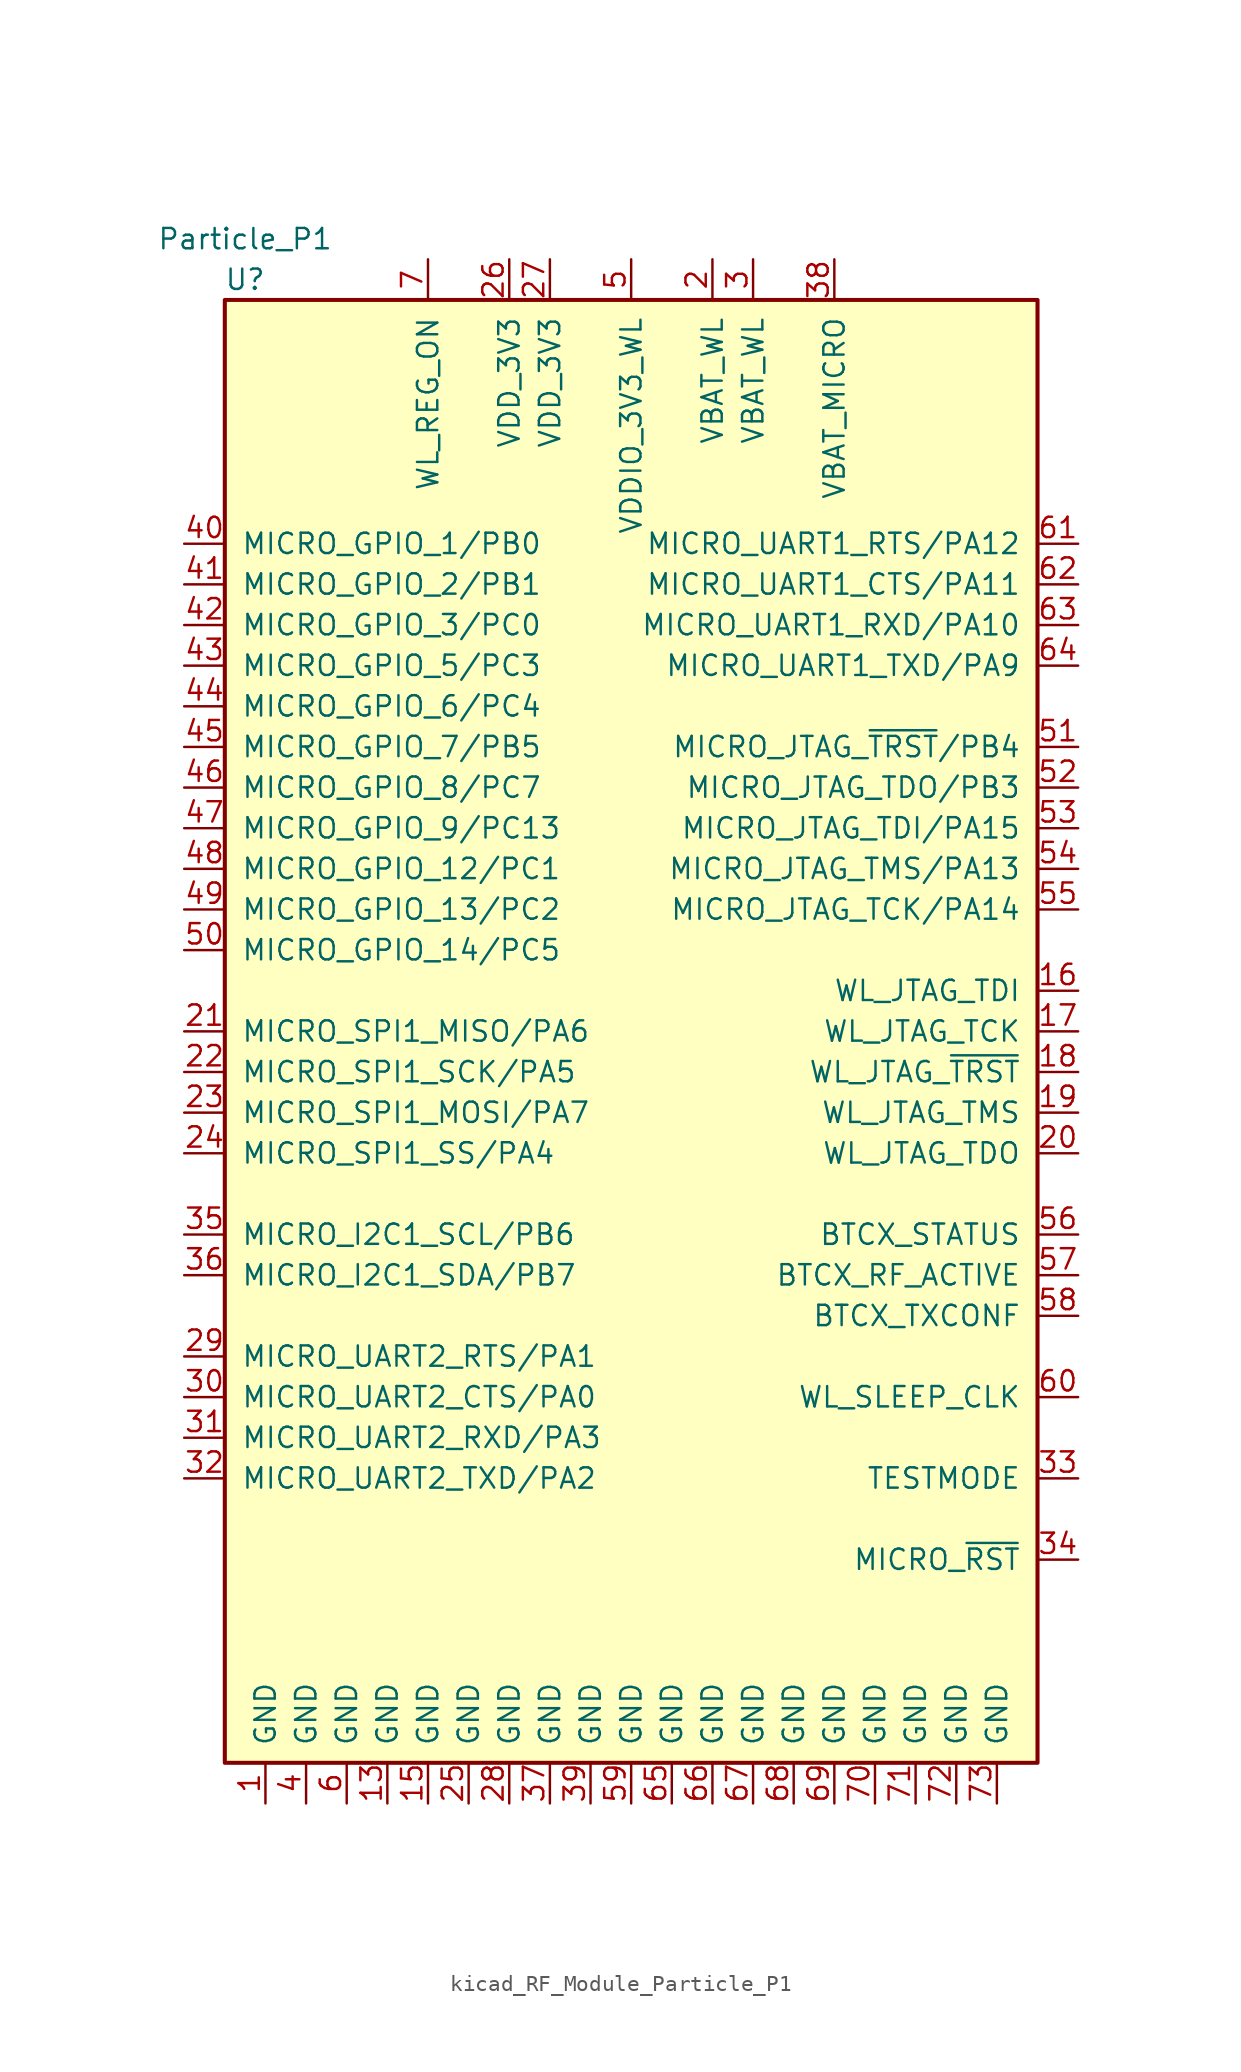
<source format=kicad_sym>
(kicad_symbol_lib
  (version 20220914)
  (generator kicad_symbol_editor)
  (symbol "kicad_RF_Module_Particle_P1"
    (pin_names
      (offset 1.016))
    (property "Reference" "U"
      (at -24.13 46.99 0)
      (effects (font (size 1.27 1.27))))
    (property "Value" "Particle_P1"
      (at -24.13 49.53 0)
      (effects (font (size 1.27 1.27))))
    (symbol "kicad_RF_Module_Particle_P1_1_1"
      (rectangle (start -25.4 45.72) (end 25.4 -45.72) (stroke (width 0.254) (type default)) (fill (type background)))
      (pin power_in line (at -22.86 -48.26 90) (length 2.54) (name "GND" (effects (font (size 1.27 1.27)))) (number "1" (effects (font (size 1.27 1.27)))))
      (pin no_connect line (at -25.4 35.56 0) (length 2.54) hide (name "NC" (effects (font (size 1.27 1.27)))) (number "10" (effects (font (size 1.27 1.27)))))
      (pin no_connect line (at 25.4 35.56 180) (length 2.54) hide (name "NC" (effects (font (size 1.27 1.27)))) (number "11" (effects (font (size 1.27 1.27)))))
      (pin no_connect line (at 25.4 38.1 180) (length 2.54) hide (name "NC" (effects (font (size 1.27 1.27)))) (number "12" (effects (font (size 1.27 1.27)))))
      (pin power_in line (at -15.24 -48.26 90) (length 2.54) (name "GND" (effects (font (size 1.27 1.27)))) (number "13" (effects (font (size 1.27 1.27)))))
      (pin no_connect line (at 25.4 40.64 180) (length 2.54) hide (name "NC" (effects (font (size 1.27 1.27)))) (number "14" (effects (font (size 1.27 1.27)))))
      (pin power_in line (at -12.7 -48.26 90) (length 2.54) (name "GND" (effects (font (size 1.27 1.27)))) (number "15" (effects (font (size 1.27 1.27)))))
      (pin input line (at 27.94 2.54 180) (length 2.54) (name "WL_JTAG_TDI" (effects (font (size 1.27 1.27)))) (number "16" (effects (font (size 1.27 1.27)))))
      (pin input line (at 27.94 0 180) (length 2.54) (name "WL_JTAG_TCK" (effects (font (size 1.27 1.27)))) (number "17" (effects (font (size 1.27 1.27)))))
      (pin input line (at 27.94 -2.54 180) (length 2.54) (name "WL_JTAG_~{TRST}" (effects (font (size 1.27 1.27)))) (number "18" (effects (font (size 1.27 1.27)))))
      (pin input line (at 27.94 -5.08 180) (length 2.54) (name "WL_JTAG_TMS" (effects (font (size 1.27 1.27)))) (number "19" (effects (font (size 1.27 1.27)))))
      (pin power_in line (at 5.08 48.26 270) (length 2.54) (name "VBAT_WL" (effects (font (size 1.27 1.27)))) (number "2" (effects (font (size 1.27 1.27)))))
      (pin input line (at 27.94 -7.62 180) (length 2.54) (name "WL_JTAG_TDO" (effects (font (size 1.27 1.27)))) (number "20" (effects (font (size 1.27 1.27)))))
      (pin bidirectional line (at -27.94 0 0) (length 2.54) (name "MICRO_SPI1_MISO/PA6" (effects (font (size 1.27 1.27)))) (number "21" (effects (font (size 1.27 1.27)))))
      (pin bidirectional line (at -27.94 -2.54 0) (length 2.54) (name "MICRO_SPI1_SCK/PA5" (effects (font (size 1.27 1.27)))) (number "22" (effects (font (size 1.27 1.27)))))
      (pin bidirectional line (at -27.94 -5.08 0) (length 2.54) (name "MICRO_SPI1_MOSI/PA7" (effects (font (size 1.27 1.27)))) (number "23" (effects (font (size 1.27 1.27)))))
      (pin bidirectional line (at -27.94 -7.62 0) (length 2.54) (name "MICRO_SPI1_SS/PA4" (effects (font (size 1.27 1.27)))) (number "24" (effects (font (size 1.27 1.27)))))
      (pin power_in line (at -10.16 -48.26 90) (length 2.54) (name "GND" (effects (font (size 1.27 1.27)))) (number "25" (effects (font (size 1.27 1.27)))))
      (pin power_in line (at -7.62 48.26 270) (length 2.54) (name "VDD_3V3" (effects (font (size 1.27 1.27)))) (number "26" (effects (font (size 1.27 1.27)))))
      (pin power_in line (at -5.08 48.26 270) (length 2.54) (name "VDD_3V3" (effects (font (size 1.27 1.27)))) (number "27" (effects (font (size 1.27 1.27)))))
      (pin power_in line (at -7.62 -48.26 90) (length 2.54) (name "GND" (effects (font (size 1.27 1.27)))) (number "28" (effects (font (size 1.27 1.27)))))
      (pin bidirectional line (at -27.94 -20.32 0) (length 2.54) (name "MICRO_UART2_RTS/PA1" (effects (font (size 1.27 1.27)))) (number "29" (effects (font (size 1.27 1.27)))))
      (pin power_in line (at 7.62 48.26 270) (length 2.54) (name "VBAT_WL" (effects (font (size 1.27 1.27)))) (number "3" (effects (font (size 1.27 1.27)))))
      (pin bidirectional line (at -27.94 -22.86 0) (length 2.54) (name "MICRO_UART2_CTS/PA0" (effects (font (size 1.27 1.27)))) (number "30" (effects (font (size 1.27 1.27)))))
      (pin bidirectional line (at -27.94 -25.4 0) (length 2.54) (name "MICRO_UART2_RXD/PA3" (effects (font (size 1.27 1.27)))) (number "31" (effects (font (size 1.27 1.27)))))
      (pin bidirectional line (at -27.94 -27.94 0) (length 2.54) (name "MICRO_UART2_TXD/PA2" (effects (font (size 1.27 1.27)))) (number "32" (effects (font (size 1.27 1.27)))))
      (pin bidirectional line (at 27.94 -27.94 180) (length 2.54) (name "TESTMODE" (effects (font (size 1.27 1.27)))) (number "33" (effects (font (size 1.27 1.27)))))
      (pin input line (at 27.94 -33.02 180) (length 2.54) (name "MICRO_~{RST}" (effects (font (size 1.27 1.27)))) (number "34" (effects (font (size 1.27 1.27)))))
      (pin bidirectional line (at -27.94 -12.7 0) (length 2.54) (name "MICRO_I2C1_SCL/PB6" (effects (font (size 1.27 1.27)))) (number "35" (effects (font (size 1.27 1.27)))))
      (pin bidirectional line (at -27.94 -15.24 0) (length 2.54) (name "MICRO_I2C1_SDA/PB7" (effects (font (size 1.27 1.27)))) (number "36" (effects (font (size 1.27 1.27)))))
      (pin power_in line (at -5.08 -48.26 90) (length 2.54) (name "GND" (effects (font (size 1.27 1.27)))) (number "37" (effects (font (size 1.27 1.27)))))
      (pin power_in line (at 12.7 48.26 270) (length 2.54) (name "VBAT_MICRO" (effects (font (size 1.27 1.27)))) (number "38" (effects (font (size 1.27 1.27)))))
      (pin power_in line (at -2.54 -48.26 90) (length 2.54) (name "GND" (effects (font (size 1.27 1.27)))) (number "39" (effects (font (size 1.27 1.27)))))
      (pin power_in line (at -20.32 -48.26 90) (length 2.54) (name "GND" (effects (font (size 1.27 1.27)))) (number "4" (effects (font (size 1.27 1.27)))))
      (pin bidirectional line (at -27.94 30.48 0) (length 2.54) (name "MICRO_GPIO_1/PB0" (effects (font (size 1.27 1.27)))) (number "40" (effects (font (size 1.27 1.27)))))
      (pin bidirectional line (at -27.94 27.94 0) (length 2.54) (name "MICRO_GPIO_2/PB1" (effects (font (size 1.27 1.27)))) (number "41" (effects (font (size 1.27 1.27)))))
      (pin bidirectional line (at -27.94 25.4 0) (length 2.54) (name "MICRO_GPIO_3/PC0" (effects (font (size 1.27 1.27)))) (number "42" (effects (font (size 1.27 1.27)))))
      (pin bidirectional line (at -27.94 22.86 0) (length 2.54) (name "MICRO_GPIO_5/PC3" (effects (font (size 1.27 1.27)))) (number "43" (effects (font (size 1.27 1.27)))))
      (pin bidirectional line (at -27.94 20.32 0) (length 2.54) (name "MICRO_GPIO_6/PC4" (effects (font (size 1.27 1.27)))) (number "44" (effects (font (size 1.27 1.27)))))
      (pin bidirectional line (at -27.94 17.78 0) (length 2.54) (name "MICRO_GPIO_7/PB5" (effects (font (size 1.27 1.27)))) (number "45" (effects (font (size 1.27 1.27)))))
      (pin bidirectional line (at -27.94 15.24 0) (length 2.54) (name "MICRO_GPIO_8/PC7" (effects (font (size 1.27 1.27)))) (number "46" (effects (font (size 1.27 1.27)))))
      (pin bidirectional line (at -27.94 12.7 0) (length 2.54) (name "MICRO_GPIO_9/PC13" (effects (font (size 1.27 1.27)))) (number "47" (effects (font (size 1.27 1.27)))))
      (pin bidirectional line (at -27.94 10.16 0) (length 2.54) (name "MICRO_GPIO_12/PC1" (effects (font (size 1.27 1.27)))) (number "48" (effects (font (size 1.27 1.27)))))
      (pin bidirectional line (at -27.94 7.62 0) (length 2.54) (name "MICRO_GPIO_13/PC2" (effects (font (size 1.27 1.27)))) (number "49" (effects (font (size 1.27 1.27)))))
      (pin power_in line (at 0 48.26 270) (length 2.54) (name "VDDIO_3V3_WL" (effects (font (size 1.27 1.27)))) (number "5" (effects (font (size 1.27 1.27)))))
      (pin bidirectional line (at -27.94 5.08 0) (length 2.54) (name "MICRO_GPIO_14/PC5" (effects (font (size 1.27 1.27)))) (number "50" (effects (font (size 1.27 1.27)))))
      (pin bidirectional line (at 27.94 17.78 180) (length 2.54) (name "MICRO_JTAG_~{TRST}/PB4" (effects (font (size 1.27 1.27)))) (number "51" (effects (font (size 1.27 1.27)))))
      (pin bidirectional line (at 27.94 15.24 180) (length 2.54) (name "MICRO_JTAG_TDO/PB3" (effects (font (size 1.27 1.27)))) (number "52" (effects (font (size 1.27 1.27)))))
      (pin bidirectional line (at 27.94 12.7 180) (length 2.54) (name "MICRO_JTAG_TDI/PA15" (effects (font (size 1.27 1.27)))) (number "53" (effects (font (size 1.27 1.27)))))
      (pin bidirectional line (at 27.94 10.16 180) (length 2.54) (name "MICRO_JTAG_TMS/PA13" (effects (font (size 1.27 1.27)))) (number "54" (effects (font (size 1.27 1.27)))))
      (pin bidirectional line (at 27.94 7.62 180) (length 2.54) (name "MICRO_JTAG_TCK/PA14" (effects (font (size 1.27 1.27)))) (number "55" (effects (font (size 1.27 1.27)))))
      (pin input line (at 27.94 -12.7 180) (length 2.54) (name "BTCX_STATUS" (effects (font (size 1.27 1.27)))) (number "56" (effects (font (size 1.27 1.27)))))
      (pin input line (at 27.94 -15.24 180) (length 2.54) (name "BTCX_RF_ACTIVE" (effects (font (size 1.27 1.27)))) (number "57" (effects (font (size 1.27 1.27)))))
      (pin output line (at 27.94 -17.78 180) (length 2.54) (name "BTCX_TXCONF" (effects (font (size 1.27 1.27)))) (number "58" (effects (font (size 1.27 1.27)))))
      (pin power_in line (at 0 -48.26 90) (length 2.54) (name "GND" (effects (font (size 1.27 1.27)))) (number "59" (effects (font (size 1.27 1.27)))))
      (pin power_in line (at -17.78 -48.26 90) (length 2.54) (name "GND" (effects (font (size 1.27 1.27)))) (number "6" (effects (font (size 1.27 1.27)))))
      (pin input line (at 27.94 -22.86 180) (length 2.54) (name "WL_SLEEP_CLK" (effects (font (size 1.27 1.27)))) (number "60" (effects (font (size 1.27 1.27)))))
      (pin bidirectional line (at 27.94 30.48 180) (length 2.54) (name "MICRO_UART1_RTS/PA12" (effects (font (size 1.27 1.27)))) (number "61" (effects (font (size 1.27 1.27)))))
      (pin bidirectional line (at 27.94 27.94 180) (length 2.54) (name "MICRO_UART1_CTS/PA11" (effects (font (size 1.27 1.27)))) (number "62" (effects (font (size 1.27 1.27)))))
      (pin bidirectional line (at 27.94 25.4 180) (length 2.54) (name "MICRO_UART1_RXD/PA10" (effects (font (size 1.27 1.27)))) (number "63" (effects (font (size 1.27 1.27)))))
      (pin bidirectional line (at 27.94 22.86 180) (length 2.54) (name "MICRO_UART1_TXD/PA9" (effects (font (size 1.27 1.27)))) (number "64" (effects (font (size 1.27 1.27)))))
      (pin power_in line (at 2.54 -48.26 90) (length 2.54) (name "GND" (effects (font (size 1.27 1.27)))) (number "65" (effects (font (size 1.27 1.27)))))
      (pin power_in line (at 5.08 -48.26 90) (length 2.54) (name "GND" (effects (font (size 1.27 1.27)))) (number "66" (effects (font (size 1.27 1.27)))))
      (pin power_in line (at 7.62 -48.26 90) (length 2.54) (name "GND" (effects (font (size 1.27 1.27)))) (number "67" (effects (font (size 1.27 1.27)))))
      (pin power_in line (at 10.16 -48.26 90) (length 2.54) (name "GND" (effects (font (size 1.27 1.27)))) (number "68" (effects (font (size 1.27 1.27)))))
      (pin power_in line (at 12.7 -48.26 90) (length 2.54) (name "GND" (effects (font (size 1.27 1.27)))) (number "69" (effects (font (size 1.27 1.27)))))
      (pin power_in line (at -12.7 48.26 270) (length 2.54) (name "WL_REG_ON" (effects (font (size 1.27 1.27)))) (number "7" (effects (font (size 1.27 1.27)))))
      (pin power_in line (at 15.24 -48.26 90) (length 2.54) (name "GND" (effects (font (size 1.27 1.27)))) (number "70" (effects (font (size 1.27 1.27)))))
      (pin power_in line (at 17.78 -48.26 90) (length 2.54) (name "GND" (effects (font (size 1.27 1.27)))) (number "71" (effects (font (size 1.27 1.27)))))
      (pin power_in line (at 20.32 -48.26 90) (length 2.54) (name "GND" (effects (font (size 1.27 1.27)))) (number "72" (effects (font (size 1.27 1.27)))))
      (pin power_in line (at 22.86 -48.26 90) (length 2.54) (name "GND" (effects (font (size 1.27 1.27)))) (number "73" (effects (font (size 1.27 1.27)))))
      (pin no_connect line (at -25.4 -33.02 0) (length 2.54) hide (name "PAD1" (effects (font (size 1.27 1.27)))) (number "74" (effects (font (size 1.27 1.27)))))
      (pin no_connect line (at -25.4 -35.56 0) (length 2.54) hide (name "PAD2" (effects (font (size 1.27 1.27)))) (number "75" (effects (font (size 1.27 1.27)))))
      (pin no_connect line (at -25.4 40.64 0) (length 2.54) hide (name "NC" (effects (font (size 1.27 1.27)))) (number "8" (effects (font (size 1.27 1.27)))))
      (pin no_connect line (at -25.4 38.1 0) (length 2.54) hide (name "NC" (effects (font (size 1.27 1.27)))) (number "9" (effects (font (size 1.27 1.27))))))))
</source>
